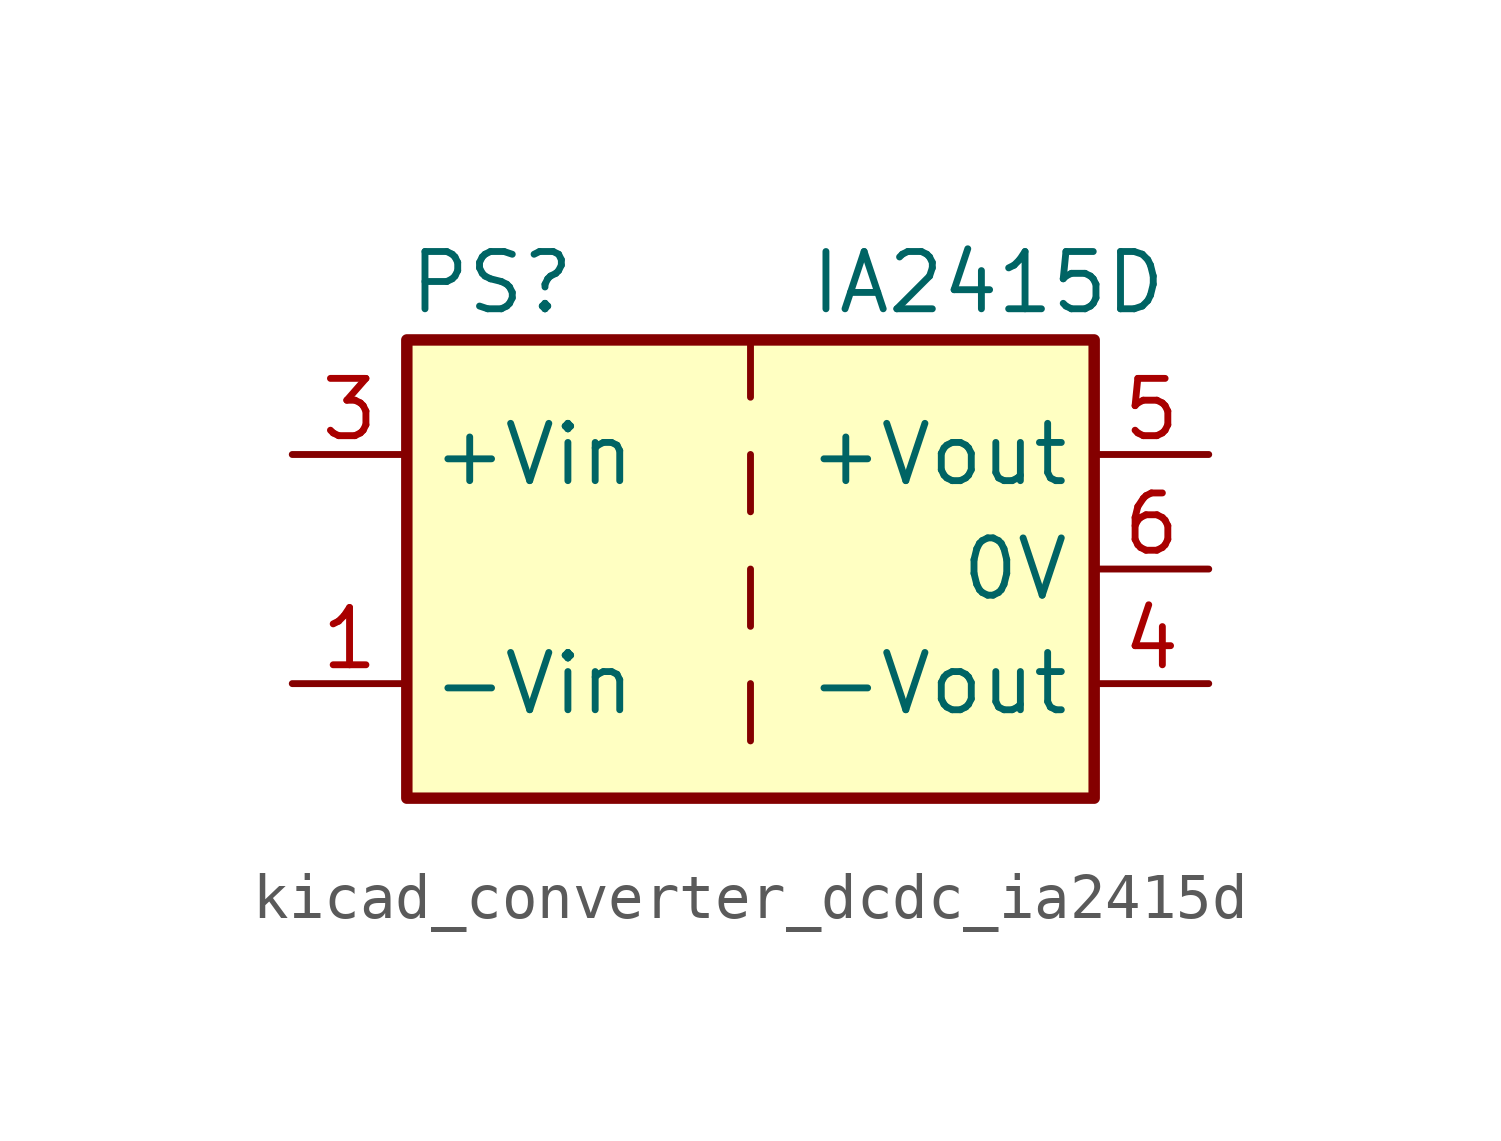
<source format=kicad_sym>
(kicad_symbol_lib
  (version 20220914)
  (generator kicad_symbol_editor)
  (symbol "kicad_converter_dcdc_ia2415d"
    (property "Reference" "PS"
      (at -7.62 6.35 0)
      (effects (font (size 1.27 1.27)) (justify left)))
    (property "Value" "IA2415D"
      (at 1.27 6.35 0)
      (effects (font (size 1.27 1.27)) (justify left)))
    (symbol "kicad_converter_dcdc_ia2415d_0_0"
      (pin power_in line (at -10.16 -2.54 0) (length 2.54) (name "-Vin" (effects (font (size 1.27 1.27)))) (number "1" (effects (font (size 1.27 1.27)))))
      (pin power_in line (at -10.16 2.54 0) (length 2.54) (name "+Vin" (effects (font (size 1.27 1.27)))) (number "3" (effects (font (size 1.27 1.27)))))
      (pin power_out line (at 10.16 -2.54 180) (length 2.54) (name "-Vout" (effects (font (size 1.27 1.27)))) (number "4" (effects (font (size 1.27 1.27)))))
      (pin power_out line (at 10.16 2.54 180) (length 2.54) (name "+Vout" (effects (font (size 1.27 1.27)))) (number "5" (effects (font (size 1.27 1.27)))))
      (pin power_out line (at 10.16 0 180) (length 2.54) (name "0V" (effects (font (size 1.27 1.27)))) (number "6" (effects (font (size 1.27 1.27))))))
    (symbol "kicad_converter_dcdc_ia2415d_0_1"
      (rectangle (start -7.62 5.08) (end 7.62 -5.08) (stroke (width 0.254) (type default)) (fill (type background)))
      (polyline (pts (xy 0 -2.54) (xy 0 -3.81)) (stroke (width 0) (type default)) (fill (type none)))
      (polyline (pts (xy 0 0) (xy 0 -1.27)) (stroke (width 0) (type default)) (fill (type none)))
      (polyline (pts (xy 0 2.54) (xy 0 1.27)) (stroke (width 0) (type default)) (fill (type none)))
      (polyline (pts (xy 0 5.08) (xy 0 3.81)) (stroke (width 0) (type default)) (fill (type none))))
    (symbol "kicad_converter_dcdc_ia2415d_1_1"
      (pin no_connect line (at 0 -5.08 90) (length 2.54) hide (name "NC" (effects (font (size 1.27 1.27)))) (number "2" (effects (font (size 1.27 1.27))))))))
</source>
